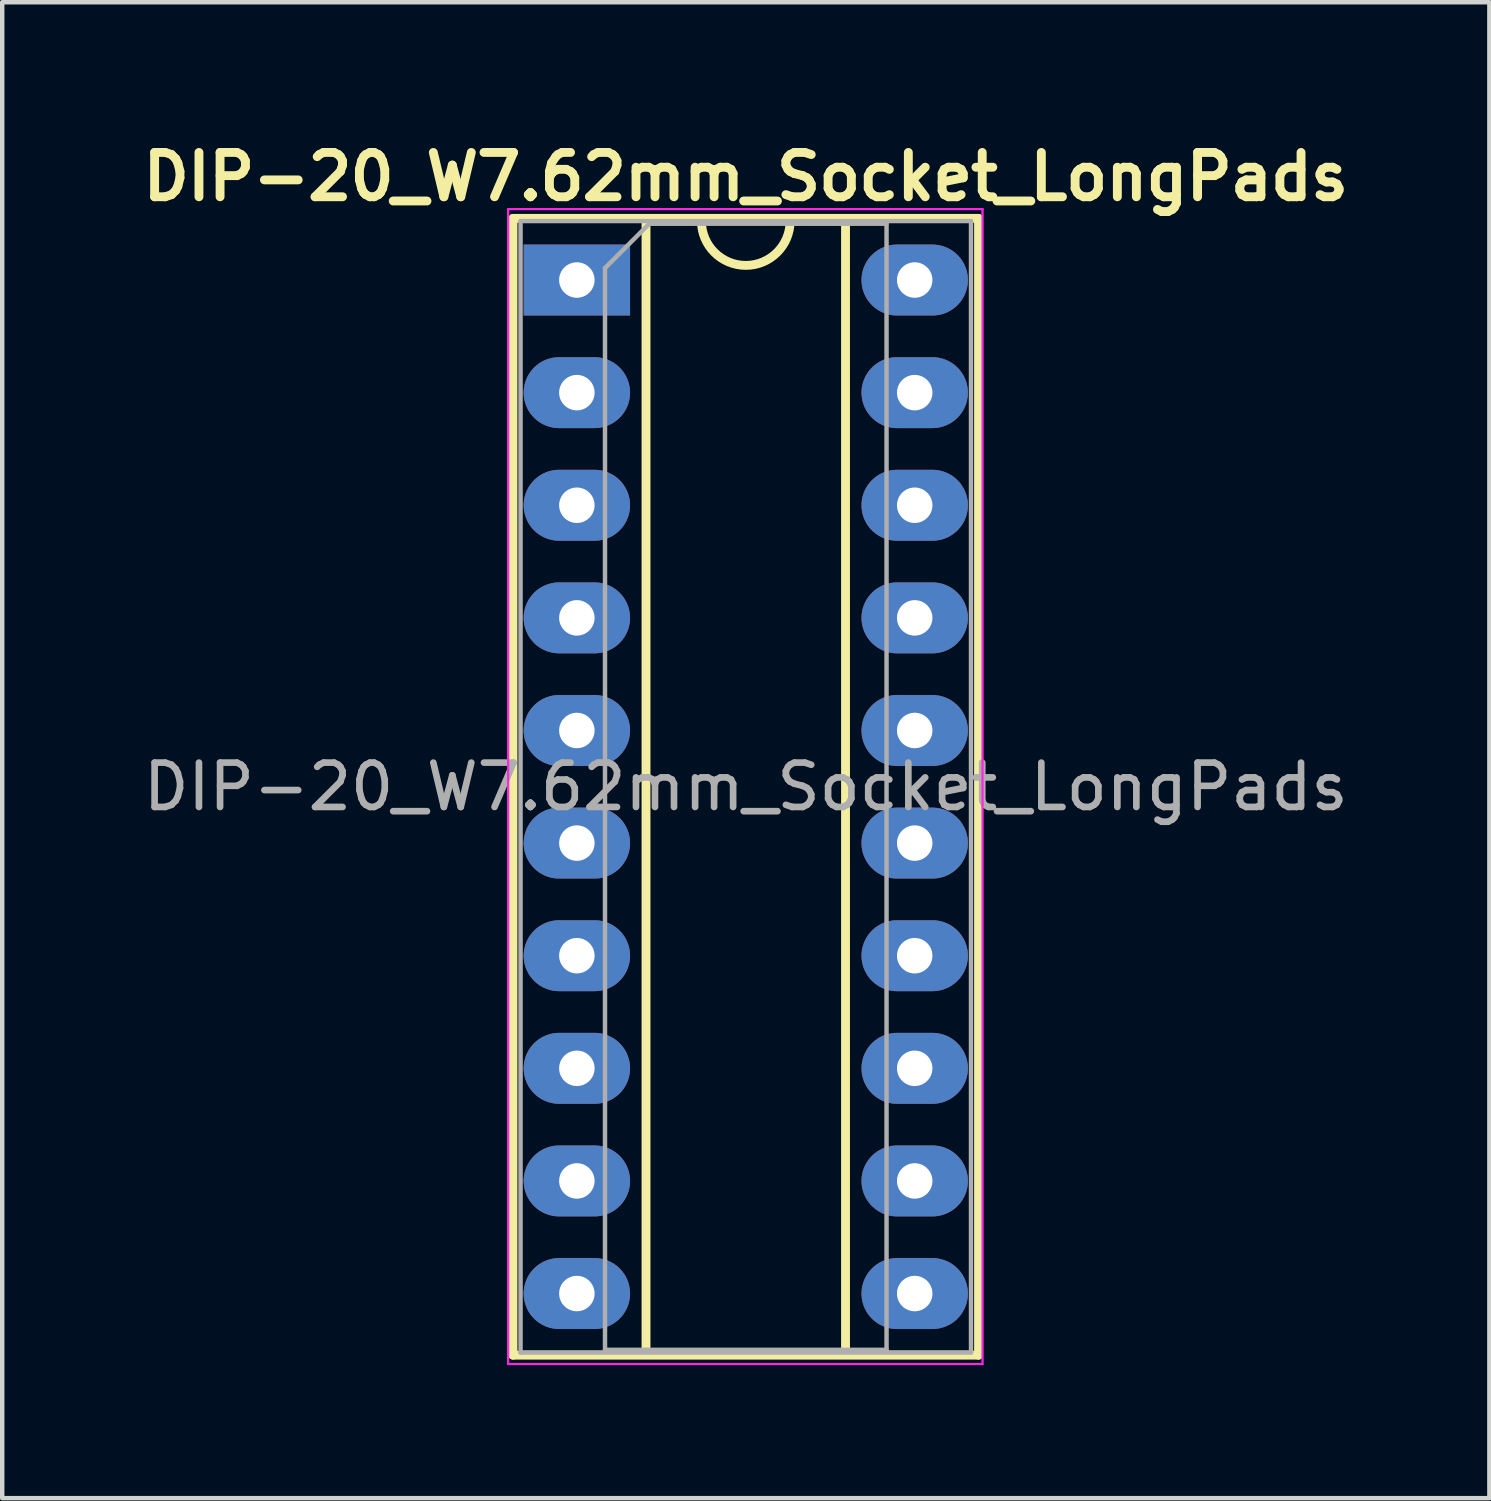
<source format=kicad_pcb>
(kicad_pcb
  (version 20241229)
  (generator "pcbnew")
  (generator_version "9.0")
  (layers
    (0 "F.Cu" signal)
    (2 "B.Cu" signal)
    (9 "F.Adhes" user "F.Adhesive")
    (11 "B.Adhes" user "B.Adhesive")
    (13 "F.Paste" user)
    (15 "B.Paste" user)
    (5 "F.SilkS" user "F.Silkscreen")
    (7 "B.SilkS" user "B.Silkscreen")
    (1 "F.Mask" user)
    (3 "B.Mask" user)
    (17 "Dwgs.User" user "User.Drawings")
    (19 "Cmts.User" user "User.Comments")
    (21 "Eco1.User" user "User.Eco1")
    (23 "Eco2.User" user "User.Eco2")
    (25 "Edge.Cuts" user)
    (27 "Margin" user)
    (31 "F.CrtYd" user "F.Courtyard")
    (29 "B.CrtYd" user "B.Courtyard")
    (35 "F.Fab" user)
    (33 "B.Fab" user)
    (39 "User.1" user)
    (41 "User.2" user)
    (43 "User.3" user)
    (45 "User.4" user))
  (footprint "DIP-20_W7.62mm_Socket_LongPads"
    (layer "F.Cu")
    (at 9.961 3.266)
    (property "Reference" "DIP-20_W7.62mm_Socket_LongPads" (at 3.81 -2.33 0) (layer "F.SilkS") (effects (font (size 1 1) (thickness 0.2))))
    (attr through_hole)
    (fp_line (start -1.44 -1.39) (end -1.44 24.25) (stroke (width 0.2) (type solid)) (layer "F.SilkS"))
    (fp_line (start -1.44 24.25) (end 9.06 24.25) (stroke (width 0.2) (type solid)) (layer "F.SilkS"))
    (fp_line (start 1.56 -1.33) (end 1.56 24.19) (stroke (width 0.2) (type solid)) (layer "F.SilkS"))
    (fp_line (start 1.56 24.19) (end 6.06 24.19) (stroke (width 0.2) (type solid)) (layer "F.SilkS"))
    (fp_line (start 2.81 -1.33) (end 1.56 -1.33) (stroke (width 0.2) (type solid)) (layer "F.SilkS"))
    (fp_line (start 6.06 -1.33) (end 4.81 -1.33) (stroke (width 0.2) (type solid)) (layer "F.SilkS"))
    (fp_line (start 6.06 24.19) (end 6.06 -1.33) (stroke (width 0.2) (type solid)) (layer "F.SilkS"))
    (fp_line (start 9.06 -1.39) (end -1.44 -1.39) (stroke (width 0.2) (type solid)) (layer "F.SilkS"))
    (fp_line (start 9.06 24.25) (end 9.06 -1.39) (stroke (width 0.2) (type solid)) (layer "F.SilkS"))
    (fp_arc (start 4.81 -1.33) (mid 3.81 -0.33) (end 2.81 -1.33) (stroke (width 0.2) (type solid)) (layer "F.SilkS"))
    (fp_line (start -1.55 -1.6) (end -1.55 24.45) (stroke (width 0.05) (type solid)) (layer "F.CrtYd"))
    (fp_line (start -1.55 24.45) (end 9.15 24.45) (stroke (width 0.05) (type solid)) (layer "F.CrtYd"))
    (fp_line (start 9.15 -1.6) (end -1.55 -1.6) (stroke (width 0.05) (type solid)) (layer "F.CrtYd"))
    (fp_line (start 9.15 24.45) (end 9.15 -1.6) (stroke (width 0.05) (type solid)) (layer "F.CrtYd"))
    (fp_line (start -1.27 -1.33) (end -1.27 24.19) (stroke (width 0.1) (type solid)) (layer "F.Fab"))
    (fp_line (start -1.27 24.19) (end 8.89 24.19) (stroke (width 0.1) (type solid)) (layer "F.Fab"))
    (fp_line (start 0.635 -0.27) (end 1.635 -1.27) (stroke (width 0.1) (type solid)) (layer "F.Fab"))
    (fp_line (start 0.635 24.13) (end 0.635 -0.27) (stroke (width 0.1) (type solid)) (layer "F.Fab"))
    (fp_line (start 1.635 -1.27) (end 6.985 -1.27) (stroke (width 0.1) (type solid)) (layer "F.Fab"))
    (fp_line (start 6.985 -1.27) (end 6.985 24.13) (stroke (width 0.1) (type solid)) (layer "F.Fab"))
    (fp_line (start 6.985 24.13) (end 0.635 24.13) (stroke (width 0.1) (type solid)) (layer "F.Fab"))
    (fp_line (start 8.89 -1.33) (end -1.27 -1.33) (stroke (width 0.1) (type solid)) (layer "F.Fab"))
    (fp_line (start 8.89 24.19) (end 8.89 -1.33) (stroke (width 0.1) (type solid)) (layer "F.Fab"))
    (fp_text user "${REFERENCE}" (at 3.81 11.43 0) (layer "F.Fab") (effects (font (size 1 1) (thickness 0.15))))
    (pad "1" thru_hole rect (at 0 0) (size 2.4 1.6) (drill 0.8) (layers "*.Cu" "*.Mask"))
    (pad "2" thru_hole oval (at 0 2.54) (size 2.4 1.6) (drill 0.8) (layers "*.Cu" "*.Mask"))
    (pad "3" thru_hole oval (at 0 5.08) (size 2.4 1.6) (drill 0.8) (layers "*.Cu" "*.Mask"))
    (pad "4" thru_hole oval (at 0 7.62) (size 2.4 1.6) (drill 0.8) (layers "*.Cu" "*.Mask"))
    (pad "5" thru_hole oval (at 0 10.16) (size 2.4 1.6) (drill 0.8) (layers "*.Cu" "*.Mask"))
    (pad "6" thru_hole oval (at 0 12.7) (size 2.4 1.6) (drill 0.8) (layers "*.Cu" "*.Mask"))
    (pad "7" thru_hole oval (at 0 15.24) (size 2.4 1.6) (drill 0.8) (layers "*.Cu" "*.Mask"))
    (pad "8" thru_hole oval (at 0 17.78) (size 2.4 1.6) (drill 0.8) (layers "*.Cu" "*.Mask"))
    (pad "9" thru_hole oval (at 0 20.32) (size 2.4 1.6) (drill 0.8) (layers "*.Cu" "*.Mask"))
    (pad "10" thru_hole oval (at 0 22.86) (size 2.4 1.6) (drill 0.8) (layers "*.Cu" "*.Mask"))
    (pad "11" thru_hole oval (at 7.62 22.86) (size 2.4 1.6) (drill 0.8) (layers "*.Cu" "*.Mask"))
    (pad "12" thru_hole oval (at 7.62 20.32) (size 2.4 1.6) (drill 0.8) (layers "*.Cu" "*.Mask"))
    (pad "13" thru_hole oval (at 7.62 17.78) (size 2.4 1.6) (drill 0.8) (layers "*.Cu" "*.Mask"))
    (pad "14" thru_hole oval (at 7.62 15.24) (size 2.4 1.6) (drill 0.8) (layers "*.Cu" "*.Mask"))
    (pad "15" thru_hole oval (at 7.62 12.7) (size 2.4 1.6) (drill 0.8) (layers "*.Cu" "*.Mask"))
    (pad "16" thru_hole oval (at 7.62 10.16) (size 2.4 1.6) (drill 0.8) (layers "*.Cu" "*.Mask"))
    (pad "17" thru_hole oval (at 7.62 7.62) (size 2.4 1.6) (drill 0.8) (layers "*.Cu" "*.Mask"))
    (pad "18" thru_hole oval (at 7.62 5.08) (size 2.4 1.6) (drill 0.8) (layers "*.Cu" "*.Mask"))
    (pad "19" thru_hole oval (at 7.62 2.54) (size 2.4 1.6) (drill 0.8) (layers "*.Cu" "*.Mask"))
    (pad "20" thru_hole oval (at 7.62 0) (size 2.4 1.6) (drill 0.8) (layers "*.Cu" "*.Mask")))
  (gr_rect
    (start -3 -3)
    (end 30.543 30.741)
    (stroke (width 0.1) (type default))
    (fill no)
    (layer "Edge.Cuts")))
</source>
